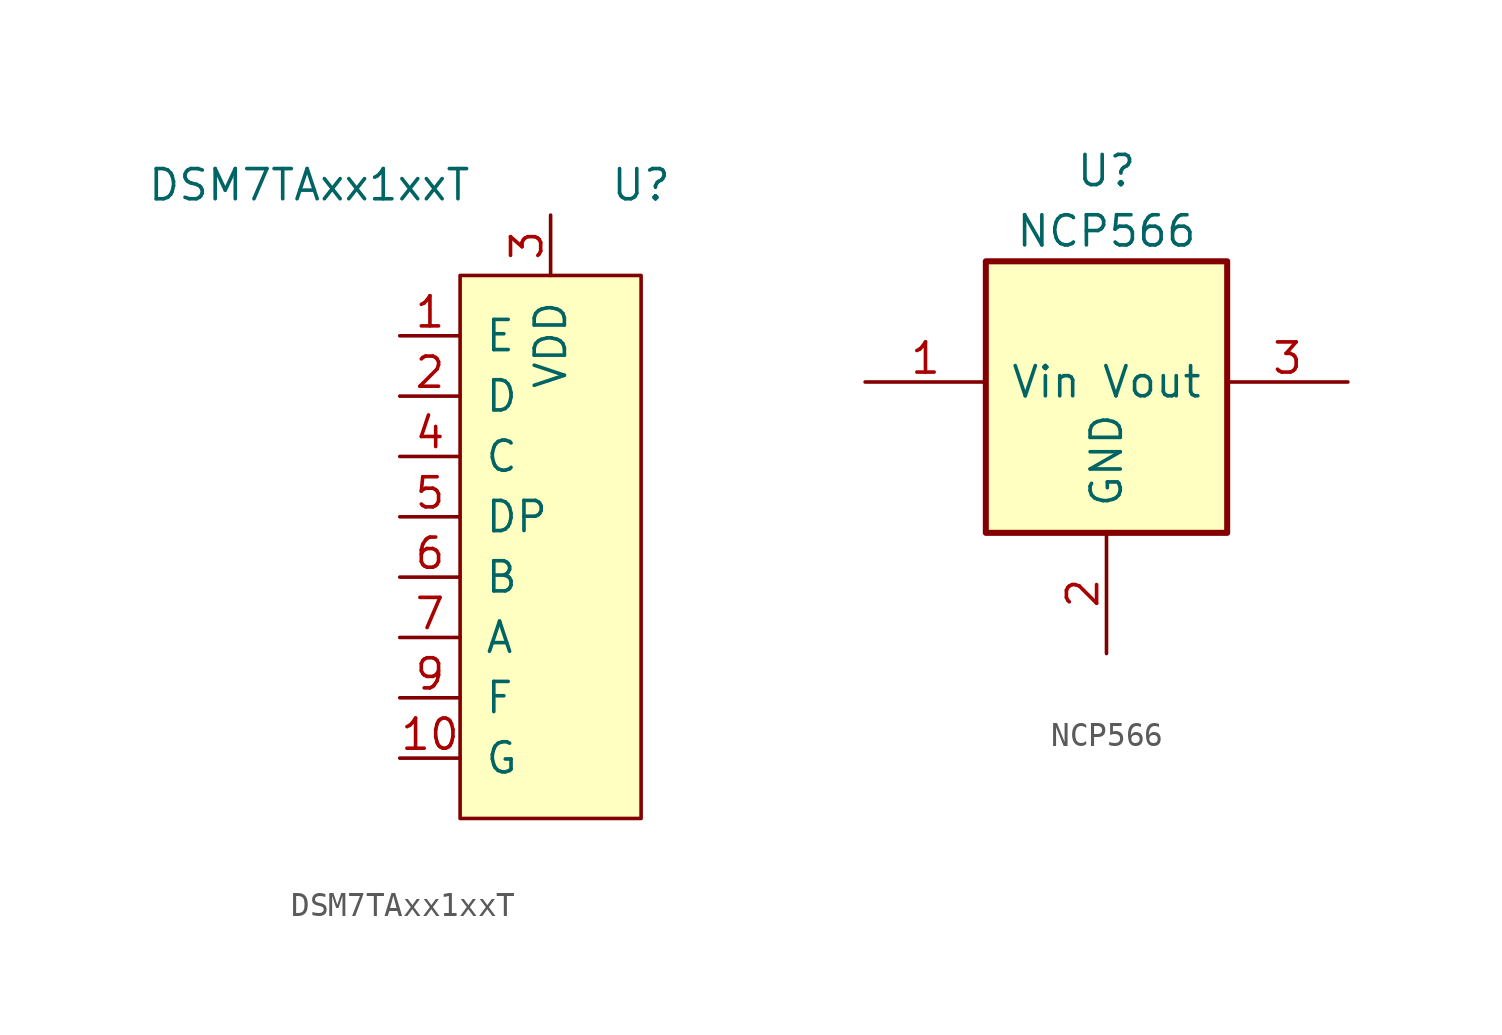
<source format=kicad_sym>
(kicad_symbol_lib
  (version 20211014)
  (generator kicad_symbol_editor)
  (symbol "DSM7TAxx1xxT"
    (pin_names
      (offset 1.016))
    (property "Reference" "U"
      (at 3.81 10.16 0)
      (effects (font (size 1.27 1.27))))
    (property "Value" "DSM7TAxx1xxT"
      (at -10.16 10.16 0)
      (effects (font (size 1.27 1.27))))
    (symbol "DSM7TAxx1xxT_0_1"
      (rectangle (start -3.81 6.35) (end 3.81 -16.51) (stroke (width 0) (type default) (color 0 0 0 0)) (fill (type background))))
    (symbol "DSM7TAxx1xxT_1_1"
      (pin input line (at -6.35 3.81 0) (length 2.54) (name "E" (effects (font (size 1.27 1.27)))) (number "1" (effects (font (size 1.27 1.27)))))
      (pin input line (at -6.35 -13.97 0) (length 2.54) (name "G" (effects (font (size 1.27 1.27)))) (number "10" (effects (font (size 1.27 1.27)))))
      (pin input line (at -6.35 1.27 0) (length 2.54) (name "D" (effects (font (size 1.27 1.27)))) (number "2" (effects (font (size 1.27 1.27)))))
      (pin power_in line (at 0 8.89 270) (length 2.54) (name "VDD" (effects (font (size 1.27 1.27)))) (number "3" (effects (font (size 1.27 1.27)))))
      (pin input line (at -6.35 -1.27 0) (length 2.54) (name "C" (effects (font (size 1.27 1.27)))) (number "4" (effects (font (size 1.27 1.27)))))
      (pin input line (at -6.35 -3.81 0) (length 2.54) (name "DP" (effects (font (size 1.27 1.27)))) (number "5" (effects (font (size 1.27 1.27)))))
      (pin input line (at -6.35 -6.35 0) (length 2.54) (name "B" (effects (font (size 1.27 1.27)))) (number "6" (effects (font (size 1.27 1.27)))))
      (pin input line (at -6.35 -8.89 0) (length 2.54) (name "A" (effects (font (size 1.27 1.27)))) (number "7" (effects (font (size 1.27 1.27)))))
      (pin passive line (at 0 8.89 270) (length 2.54) hide (name "VDD" (effects (font (size 1.27 1.27)))) (number "8" (effects (font (size 1.27 1.27)))))
      (pin input line (at -6.35 -11.43 0) (length 2.54) (name "F" (effects (font (size 1.27 1.27)))) (number "9" (effects (font (size 1.27 1.27)))))))
  (symbol "NCP566"
    (pin_names
      (offset 1.016))
    (property "Reference" "U"
      (at 0 8.89 0)
      (effects (font (size 1.27 1.27))))
    (property "Value" "NCP566"
      (at 0 6.35 0)
      (effects (font (size 1.27 1.27))))
    (symbol "NCP566_0_1"
      (rectangle (start -5.08 -6.35) (end 5.08 5.08) (stroke (width 0.254) (type default) (color 0 0 0 0)) (fill (type background))))
    (symbol "NCP566_1_1"
      (pin power_in line (at -10.16 0 0) (length 5.08) (name "Vin" (effects (font (size 1.27 1.27)))) (number "1" (effects (font (size 1.27 1.27)))))
      (pin power_in line (at 0 -11.43 90) (length 5.08) (name "GND" (effects (font (size 1.27 1.27)))) (number "2" (effects (font (size 1.27 1.27)))))
      (pin power_out line (at 10.16 0 180) (length 5.08) (name "Vout" (effects (font (size 1.27 1.27)))) (number "3" (effects (font (size 1.27 1.27)))))
      (pin passive line (at 0 -11.43 90) (length 5.08) hide (name "GND" (effects (font (size 1.27 1.27)))) (number "4" (effects (font (size 1.27 1.27))))))))
</source>
